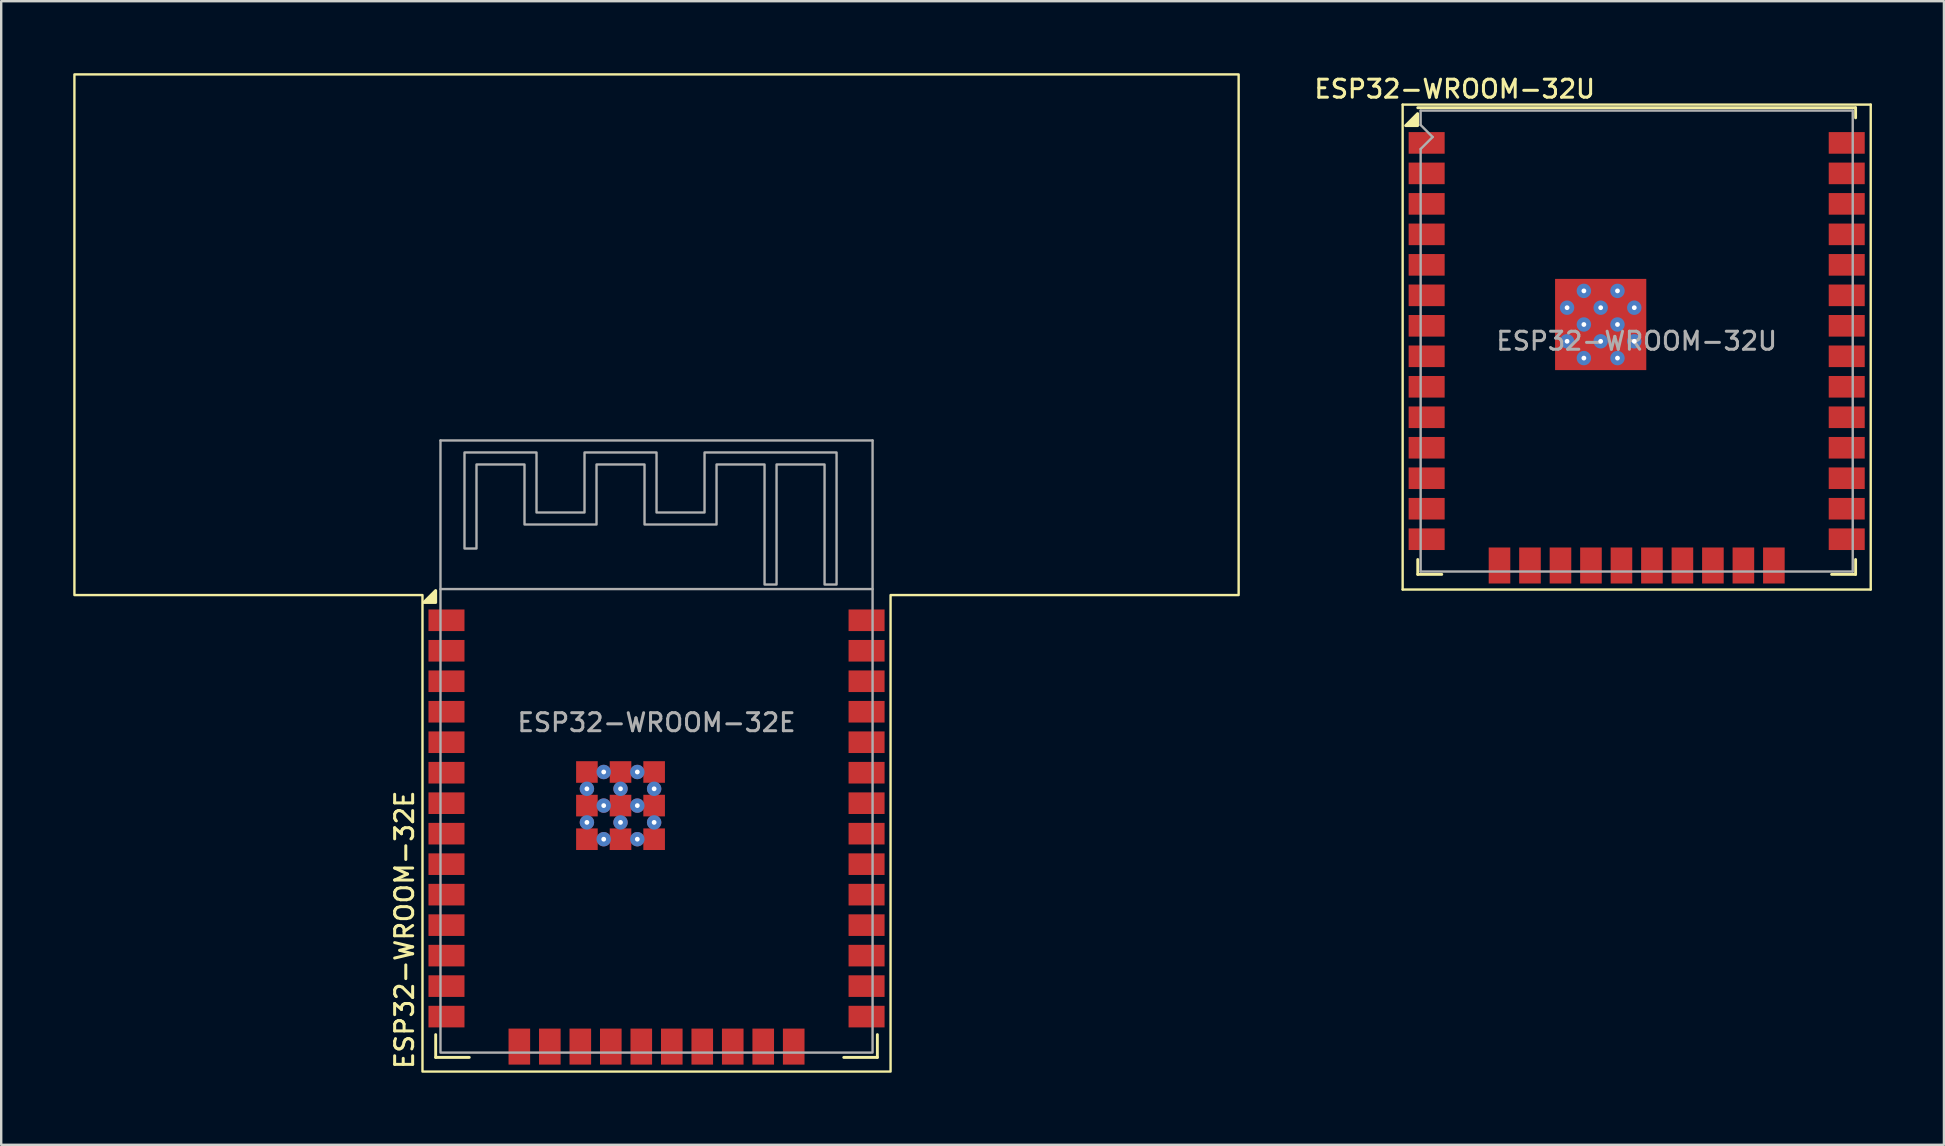
<source format=kicad_pcb>
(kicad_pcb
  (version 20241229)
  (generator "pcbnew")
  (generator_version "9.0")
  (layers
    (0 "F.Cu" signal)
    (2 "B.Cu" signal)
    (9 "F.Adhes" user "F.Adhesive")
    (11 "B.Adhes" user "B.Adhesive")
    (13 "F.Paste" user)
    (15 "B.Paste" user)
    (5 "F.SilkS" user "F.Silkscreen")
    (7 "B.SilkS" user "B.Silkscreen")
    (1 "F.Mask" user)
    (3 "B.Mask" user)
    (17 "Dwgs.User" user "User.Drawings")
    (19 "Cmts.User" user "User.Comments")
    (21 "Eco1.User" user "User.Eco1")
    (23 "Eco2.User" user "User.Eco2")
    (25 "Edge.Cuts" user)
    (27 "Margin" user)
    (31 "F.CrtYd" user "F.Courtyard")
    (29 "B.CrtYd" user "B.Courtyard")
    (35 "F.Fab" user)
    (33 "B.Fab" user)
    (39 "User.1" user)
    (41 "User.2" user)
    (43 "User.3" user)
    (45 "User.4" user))
  (footprint "ESP32-WROOM-32E"
    (layer "F.Cu")
    (at 24.3 28.05)
    (property "Reference" "ESP32-WROOM-32E" (at -10.5 13.5 90) (layer "F.SilkS") (effects (font (size 0.75 0.75) (thickness 0.125)) (justify left)))
    (attr smd)
    (fp_line (start -9.2 12.95) (end -9.2 12) (stroke (width 0.12) (type solid)) (layer "F.SilkS"))
    (fp_line (start -7.8 12.95) (end -9.2 12.95) (stroke (width 0.12) (type solid)) (layer "F.SilkS"))
    (fp_line (start 7.8 12.95) (end 9.2 12.95) (stroke (width 0.12) (type solid)) (layer "F.SilkS"))
    (fp_line (start 9.2 12.95) (end 9.2 12) (stroke (width 0.12) (type solid)) (layer "F.SilkS"))
    (fp_poly (pts (xy -9.2 -6) (xy -9.7 -6) (xy -9.2 -6.5) (xy -9.2 -6)) (stroke (width 0.12) (type solid)) (fill yes) (layer "F.SilkS"))
    (fp_poly (pts (xy -24.25 -28) (xy 24.25 -28) (xy 24.25 -6.31) (xy 9.75 -6.31) (xy 9.75 13.54) (xy -9.75 13.54) (xy -9.75 -6.31) (xy -24.25 -6.31)) (stroke (width 0.1) (type solid)) (fill no) (layer "F.SilkS"))
    (fp_line (start -9 -12.75) (end 9 -12.75) (stroke (width 0.1) (type solid)) (layer "F.Fab"))
    (fp_line (start -9 -6.56) (end -9 -12.75) (stroke (width 0.1) (type solid)) (layer "F.Fab"))
    (fp_line (start 9 -12.75) (end 9 -6.56) (stroke (width 0.1) (type solid)) (layer "F.Fab"))
    (fp_rect (start -9 -6.56) (end 9 12.75) (stroke (width 0.1) (type solid)) (fill no) (layer "F.Fab"))
    (fp_poly (pts (xy -5 -9.75) (xy -3 -9.75) (xy -3 -12.25) (xy 0 -12.25) (xy 0 -9.75) (xy 2 -9.75) (xy 2 -12.25) (xy 7.5 -12.25) (xy 7.5 -6.75) (xy 7 -6.75) (xy 7 -11.75) (xy 5 -11.75) (xy 5 -6.75) (xy 4.5 -6.75) (xy 4.5 -11.75) (xy 2.5 -11.75) (xy 2.5 -9.25) (xy -0.5 -9.25) (xy -0.5 -11.75) (xy -2.5 -11.75) (xy -2.5 -9.25) (xy -5.5 -9.25) (xy -5.5 -11.75) (xy -7.5 -11.75) (xy -7.5 -8.25) (xy -8 -8.25) (xy -8 -12.25) (xy -5 -12.25)) (stroke (width 0.1) (type solid)) (fill no) (layer "F.Fab"))
    (fp_text user "${REFERENCE}" (at 0 -1 0) (layer "F.Fab") (effects (font (size 0.75 0.75) (thickness 0.125))))
    (pad "1" smd rect (at -8.75 -5.26) (size 1.5 0.9) (layers "F.Cu" "F.Mask" "F.Paste"))
    (pad "2" smd rect (at -8.75 -3.99) (size 1.5 0.9) (layers "F.Cu" "F.Mask" "F.Paste"))
    (pad "3" smd rect (at -8.75 -2.72) (size 1.5 0.9) (layers "F.Cu" "F.Mask" "F.Paste"))
    (pad "4" smd rect (at -8.75 -1.45) (size 1.5 0.9) (layers "F.Cu" "F.Mask" "F.Paste"))
    (pad "5" smd rect (at -8.75 -0.18) (size 1.5 0.9) (layers "F.Cu" "F.Mask" "F.Paste"))
    (pad "6" smd rect (at -8.75 1.09) (size 1.5 0.9) (layers "F.Cu" "F.Mask" "F.Paste"))
    (pad "7" smd rect (at -8.75 2.36) (size 1.5 0.9) (layers "F.Cu" "F.Mask" "F.Paste"))
    (pad "8" smd rect (at -8.75 3.63) (size 1.5 0.9) (layers "F.Cu" "F.Mask" "F.Paste"))
    (pad "9" smd rect (at -8.75 4.9) (size 1.5 0.9) (layers "F.Cu" "F.Mask" "F.Paste"))
    (pad "10" smd rect (at -8.75 6.17) (size 1.5 0.9) (layers "F.Cu" "F.Mask" "F.Paste"))
    (pad "11" smd rect (at -8.75 7.44) (size 1.5 0.9) (layers "F.Cu" "F.Mask" "F.Paste"))
    (pad "12" smd rect (at -8.75 8.71) (size 1.5 0.9) (layers "F.Cu" "F.Mask" "F.Paste"))
    (pad "13" smd rect (at -8.75 9.98) (size 1.5 0.9) (layers "F.Cu" "F.Mask" "F.Paste"))
    (pad "14" smd rect (at -8.75 11.25) (size 1.5 0.9) (layers "F.Cu" "F.Mask" "F.Paste"))
    (pad "15" smd rect (at -5.715 12.5 90) (size 1.5 0.9) (layers "F.Cu" "F.Mask" "F.Paste"))
    (pad "16" smd rect (at -4.445 12.5 90) (size 1.5 0.9) (layers "F.Cu" "F.Mask" "F.Paste"))
    (pad "17" smd rect (at -3.175 12.5 90) (size 1.5 0.9) (layers "F.Cu" "F.Mask" "F.Paste"))
    (pad "18" smd rect (at -1.905 12.5 90) (size 1.5 0.9) (layers "F.Cu" "F.Mask" "F.Paste"))
    (pad "19" smd rect (at -0.635 12.5 90) (size 1.5 0.9) (layers "F.Cu" "F.Mask" "F.Paste"))
    (pad "20" smd rect (at 0.635 12.5 90) (size 1.5 0.9) (layers "F.Cu" "F.Mask" "F.Paste"))
    (pad "21" smd rect (at 1.905 12.5 90) (size 1.5 0.9) (layers "F.Cu" "F.Mask" "F.Paste"))
    (pad "22" smd rect (at 3.175 12.5 90) (size 1.5 0.9) (layers "F.Cu" "F.Mask" "F.Paste"))
    (pad "23" smd rect (at 4.445 12.5 90) (size 1.5 0.9) (layers "F.Cu" "F.Mask" "F.Paste"))
    (pad "24" smd rect (at 5.715 12.5 90) (size 1.5 0.9) (layers "F.Cu" "F.Mask" "F.Paste"))
    (pad "25" smd rect (at 8.75 11.25) (size 1.5 0.9) (layers "F.Cu" "F.Mask" "F.Paste"))
    (pad "26" smd rect (at 8.75 9.98) (size 1.5 0.9) (layers "F.Cu" "F.Mask" "F.Paste"))
    (pad "27" smd rect (at 8.75 8.71) (size 1.5 0.9) (layers "F.Cu" "F.Mask" "F.Paste"))
    (pad "28" smd rect (at 8.75 7.44) (size 1.5 0.9) (layers "F.Cu" "F.Mask" "F.Paste"))
    (pad "29" smd rect (at 8.75 6.17) (size 1.5 0.9) (layers "F.Cu" "F.Mask" "F.Paste"))
    (pad "30" smd rect (at 8.75 4.9) (size 1.5 0.9) (layers "F.Cu" "F.Mask" "F.Paste"))
    (pad "31" smd rect (at 8.75 3.63) (size 1.5 0.9) (layers "F.Cu" "F.Mask" "F.Paste"))
    (pad "32" smd rect (at 8.75 2.36) (size 1.5 0.9) (layers "F.Cu" "F.Mask" "F.Paste"))
    (pad "33" smd rect (at 8.75 1.09) (size 1.5 0.9) (layers "F.Cu" "F.Mask" "F.Paste"))
    (pad "34" smd rect (at 8.75 -0.18) (size 1.5 0.9) (layers "F.Cu" "F.Mask" "F.Paste"))
    (pad "35" smd rect (at 8.75 -1.45) (size 1.5 0.9) (layers "F.Cu" "F.Mask" "F.Paste"))
    (pad "36" smd rect (at 8.75 -2.72) (size 1.5 0.9) (layers "F.Cu" "F.Mask" "F.Paste"))
    (pad "37" smd rect (at 8.75 -3.99) (size 1.5 0.9) (layers "F.Cu" "F.Mask" "F.Paste"))
    (pad "38" smd rect (at 8.75 -5.26) (size 1.5 0.9) (layers "F.Cu" "F.Mask" "F.Paste"))
    (pad "39" smd rect (at -2.9 1.06) (size 0.9 0.9) (layers "F.Cu" "F.Mask" "F.Paste"))
    (pad "39" thru_hole circle (at -2.9 1.76) (size 0.6 0.6) (drill 0.2) (property pad_prop_heatsink) (layers "*.Cu" "*.Mask"))
    (pad "39" smd rect (at -2.9 2.46) (size 0.9 0.9) (layers "F.Cu" "F.Mask" "F.Paste"))
    (pad "39" thru_hole circle (at -2.9 3.16) (size 0.6 0.6) (drill 0.2) (property pad_prop_heatsink) (layers "*.Cu" "*.Mask"))
    (pad "39" smd rect (at -2.9 3.86) (size 0.9 0.9) (layers "F.Cu" "F.Mask" "F.Paste"))
    (pad "39" thru_hole circle (at -2.2 1.06) (size 0.6 0.6) (drill 0.2) (property pad_prop_heatsink) (layers "*.Cu" "*.Mask"))
    (pad "39" thru_hole circle (at -2.2 2.46) (size 0.6 0.6) (drill 0.2) (property pad_prop_heatsink) (layers "*.Cu" "*.Mask"))
    (pad "39" thru_hole circle (at -2.2 3.86) (size 0.6 0.6) (drill 0.2) (property pad_prop_heatsink) (layers "*.Cu" "*.Mask"))
    (pad "39" smd rect (at -1.5 1.06) (size 0.9 0.9) (layers "F.Cu" "F.Mask" "F.Paste"))
    (pad "39" thru_hole circle (at -1.5 1.76) (size 0.6 0.6) (drill 0.2) (property pad_prop_heatsink) (layers "*.Cu" "*.Mask"))
    (pad "39" smd rect (at -1.5 2.46) (size 0.9 0.9) (layers "F.Cu" "F.Mask" "F.Paste"))
    (pad "39" thru_hole circle (at -1.5 3.16) (size 0.6 0.6) (drill 0.2) (property pad_prop_heatsink) (layers "*.Cu" "*.Mask"))
    (pad "39" smd rect (at -1.5 3.86) (size 0.9 0.9) (layers "F.Cu" "F.Mask" "F.Paste"))
    (pad "39" thru_hole circle (at -0.8 1.06) (size 0.6 0.6) (drill 0.2) (property pad_prop_heatsink) (layers "*.Cu" "*.Mask"))
    (pad "39" thru_hole circle (at -0.8 2.46) (size 0.6 0.6) (drill 0.2) (property pad_prop_heatsink) (layers "*.Cu" "*.Mask"))
    (pad "39" thru_hole circle (at -0.8 3.86) (size 0.6 0.6) (drill 0.2) (property pad_prop_heatsink) (layers "*.Cu" "*.Mask"))
    (pad "39" smd rect (at -0.1 1.06) (size 0.9 0.9) (layers "F.Cu" "F.Mask" "F.Paste"))
    (pad "39" thru_hole circle (at -0.1 1.76) (size 0.6 0.6) (drill 0.2) (property pad_prop_heatsink) (layers "*.Cu" "*.Mask"))
    (pad "39" smd rect (at -0.1 2.46) (size 0.9 0.9) (layers "F.Cu" "F.Mask" "F.Paste"))
    (pad "39" thru_hole circle (at -0.1 3.16) (size 0.6 0.6) (drill 0.2) (property pad_prop_heatsink) (layers "*.Cu" "*.Mask"))
    (pad "39" smd rect (at -0.1 3.86) (size 0.9 0.9) (layers "F.Cu" "F.Mask" "F.Paste"))
    (zone (net_name "") (layer "F.Cu") (hatch full 0.5) (connect_pads) (min_thickness 0.25) (filled_areas_thickness no) (keepout (tracks not_allowed) (vias not_allowed) (pads not_allowed) (copperpour not_allowed) (footprints not_allowed)) (placement (enabled no)) (fill) (polygon (pts (xy 0.3 0.3) (xy 48.3 0.3) (xy 48.3 21.49) (xy 0.3 21.49)))))
  (footprint "ESP32-WROOM-32U"
    (layer "F.Cu")
    (at 65.132 11.158)
    (property "Reference" "ESP32-WROOM-32U" (at -7.58 -10.5 180) (layer "F.SilkS") (effects (font (size 0.75 0.75) (thickness 0.125))))
    (attr smd)
    (fp_line (start -9.75 10.35) (end -9.75 -9.85) (stroke (width 0.1) (type solid)) (layer "F.SilkS"))
    (fp_line (start -9.75 10.35) (end 9.75 10.35) (stroke (width 0.1) (type solid)) (layer "F.SilkS"))
    (fp_line (start -9.12 -9.72) (end 9.12 -9.72) (stroke (width 0.12) (type solid)) (layer "F.SilkS"))
    (fp_line (start -9.12 9.1) (end -9.12 9.72) (stroke (width 0.12) (type solid)) (layer "F.SilkS"))
    (fp_line (start -9.12 9.72) (end -8.12 9.72) (stroke (width 0.12) (type solid)) (layer "F.SilkS"))
    (fp_line (start 9.12 -9.72) (end 9.12 -9.3) (stroke (width 0.12) (type solid)) (layer "F.SilkS"))
    (fp_line (start 9.12 9.1) (end 9.12 9.72) (stroke (width 0.12) (type solid)) (layer "F.SilkS"))
    (fp_line (start 9.12 9.72) (end 8.12 9.72) (stroke (width 0.12) (type solid)) (layer "F.SilkS"))
    (fp_line (start 9.75 -9.85) (end -9.75 -9.85) (stroke (width 0.1) (type solid)) (layer "F.SilkS"))
    (fp_line (start 9.75 -9.85) (end 9.75 10.35) (stroke (width 0.1) (type solid)) (layer "F.SilkS"))
    (fp_poly (pts (xy -9.125 -8.975) (xy -9.625 -8.975) (xy -9.125 -9.475) (xy -9.125 -8.975)) (stroke (width 0.12) (type solid)) (fill yes) (layer "F.SilkS"))
    (fp_line (start -9 -9.6) (end -9 -9) (stroke (width 0.1) (type solid)) (layer "F.Fab"))
    (fp_line (start -9 -9.6) (end 9 -9.6) (stroke (width 0.1) (type solid)) (layer "F.Fab"))
    (fp_line (start -9 -8) (end -9 9.6) (stroke (width 0.1) (type solid)) (layer "F.Fab"))
    (fp_line (start -9 -8) (end -8.5 -8.5) (stroke (width 0.1) (type solid)) (layer "F.Fab"))
    (fp_line (start -9 9.6) (end 9 9.6) (stroke (width 0.1) (type solid)) (layer "F.Fab"))
    (fp_line (start -8.5 -8.5) (end -9 -9) (stroke (width 0.1) (type solid)) (layer "F.Fab"))
    (fp_line (start 9 9.6) (end 9 -9.6) (stroke (width 0.1) (type solid)) (layer "F.Fab"))
    (fp_text user "${REFERENCE}" (at 0 0 0) (layer "F.Fab") (effects (font (size 0.75 0.75) (thickness 0.125))))
    (pad "1" smd rect (at -8.75 -8.255) (size 1.5 0.9) (layers "F.Cu" "F.Mask" "F.Paste"))
    (pad "2" smd rect (at -8.75 -6.985) (size 1.5 0.9) (layers "F.Cu" "F.Mask" "F.Paste"))
    (pad "3" smd rect (at -8.75 -5.715) (size 1.5 0.9) (layers "F.Cu" "F.Mask" "F.Paste"))
    (pad "4" smd rect (at -8.75 -4.445) (size 1.5 0.9) (layers "F.Cu" "F.Mask" "F.Paste"))
    (pad "5" smd rect (at -8.75 -3.175) (size 1.5 0.9) (layers "F.Cu" "F.Mask" "F.Paste"))
    (pad "6" smd rect (at -8.75 -1.905) (size 1.5 0.9) (layers "F.Cu" "F.Mask" "F.Paste"))
    (pad "7" smd rect (at -8.75 -0.635) (size 1.5 0.9) (layers "F.Cu" "F.Mask" "F.Paste"))
    (pad "8" smd rect (at -8.75 0.635) (size 1.5 0.9) (layers "F.Cu" "F.Mask" "F.Paste"))
    (pad "9" smd rect (at -8.75 1.905) (size 1.5 0.9) (layers "F.Cu" "F.Mask" "F.Paste"))
    (pad "10" smd rect (at -8.75 3.175) (size 1.5 0.9) (layers "F.Cu" "F.Mask" "F.Paste"))
    (pad "11" smd rect (at -8.75 4.445) (size 1.5 0.9) (layers "F.Cu" "F.Mask" "F.Paste"))
    (pad "12" smd rect (at -8.75 5.715) (size 1.5 0.9) (layers "F.Cu" "F.Mask" "F.Paste"))
    (pad "13" smd rect (at -8.75 6.985) (size 1.5 0.9) (layers "F.Cu" "F.Mask" "F.Paste"))
    (pad "14" smd rect (at -8.75 8.255) (size 1.5 0.9) (layers "F.Cu" "F.Mask" "F.Paste"))
    (pad "15" smd rect (at -5.715 9.35 90) (size 1.5 0.9) (layers "F.Cu" "F.Mask" "F.Paste"))
    (pad "16" smd rect (at -4.445 9.35 90) (size 1.5 0.9) (layers "F.Cu" "F.Mask" "F.Paste"))
    (pad "17" smd rect (at -3.175 9.35 90) (size 1.5 0.9) (layers "F.Cu" "F.Mask" "F.Paste"))
    (pad "18" smd rect (at -1.905 9.35 90) (size 1.5 0.9) (layers "F.Cu" "F.Mask" "F.Paste"))
    (pad "19" smd rect (at -0.635 9.35 90) (size 1.5 0.9) (layers "F.Cu" "F.Mask" "F.Paste"))
    (pad "20" smd rect (at 0.635 9.35 90) (size 1.5 0.9) (layers "F.Cu" "F.Mask" "F.Paste"))
    (pad "21" smd rect (at 1.905 9.35 90) (size 1.5 0.9) (layers "F.Cu" "F.Mask" "F.Paste"))
    (pad "22" smd rect (at 3.175 9.35 90) (size 1.5 0.9) (layers "F.Cu" "F.Mask" "F.Paste"))
    (pad "23" smd rect (at 4.445 9.35 90) (size 1.5 0.9) (layers "F.Cu" "F.Mask" "F.Paste"))
    (pad "24" smd rect (at 5.715 9.35 90) (size 1.5 0.9) (layers "F.Cu" "F.Mask" "F.Paste"))
    (pad "25" smd rect (at 8.75 8.255) (size 1.5 0.9) (layers "F.Cu" "F.Mask" "F.Paste"))
    (pad "26" smd rect (at 8.75 6.985) (size 1.5 0.9) (layers "F.Cu" "F.Mask" "F.Paste"))
    (pad "27" smd rect (at 8.75 5.715) (size 1.5 0.9) (layers "F.Cu" "F.Mask" "F.Paste"))
    (pad "28" smd rect (at 8.75 4.445) (size 1.5 0.9) (layers "F.Cu" "F.Mask" "F.Paste"))
    (pad "29" smd rect (at 8.75 3.175) (size 1.5 0.9) (layers "F.Cu" "F.Mask" "F.Paste"))
    (pad "30" smd rect (at 8.75 1.905) (size 1.5 0.9) (layers "F.Cu" "F.Mask" "F.Paste"))
    (pad "31" smd rect (at 8.75 0.635) (size 1.5 0.9) (layers "F.Cu" "F.Mask" "F.Paste"))
    (pad "32" smd rect (at 8.75 -0.635) (size 1.5 0.9) (layers "F.Cu" "F.Mask" "F.Paste"))
    (pad "33" smd rect (at 8.75 -1.905) (size 1.5 0.9) (layers "F.Cu" "F.Mask" "F.Paste"))
    (pad "34" smd rect (at 8.75 -3.175) (size 1.5 0.9) (layers "F.Cu" "F.Mask" "F.Paste"))
    (pad "35" smd rect (at 8.75 -4.445) (size 1.5 0.9) (layers "F.Cu" "F.Mask" "F.Paste"))
    (pad "36" smd rect (at 8.75 -5.715) (size 1.5 0.9) (layers "F.Cu" "F.Mask" "F.Paste"))
    (pad "37" smd rect (at 8.75 -6.985) (size 1.5 0.9) (layers "F.Cu" "F.Mask" "F.Paste"))
    (pad "38" smd rect (at 8.75 -8.255) (size 1.5 0.9) (layers "F.Cu" "F.Mask" "F.Paste"))
    (pad "39" smd rect (at -2.9 -2.09) (size 0.9 0.9) (layers "F.Cu" "F.Paste"))
    (pad "39" thru_hole circle (at -2.9 -1.39) (size 0.6 0.6) (drill 0.2) (property pad_prop_heatsink) (layers "*.Cu" "F.Mask"))
    (pad "39" smd rect (at -2.9 -0.69) (size 0.9 0.9) (layers "F.Cu" "F.Paste"))
    (pad "39" thru_hole circle (at -2.9 0.01) (size 0.6 0.6) (drill 0.2) (property pad_prop_heatsink) (layers "*.Cu" "F.Mask"))
    (pad "39" smd rect (at -2.9 0.71) (size 0.9 0.9) (layers "F.Cu" "F.Paste"))
    (pad "39" thru_hole circle (at -2.2 -2.09) (size 0.6 0.6) (drill 0.2) (property pad_prop_heatsink) (layers "*.Cu" "F.Mask"))
    (pad "39" thru_hole circle (at -2.2 -0.69) (size 0.6 0.6) (drill 0.2) (property pad_prop_heatsink) (layers "*.Cu" "F.Mask"))
    (pad "39" thru_hole circle (at -2.2 0.71) (size 0.6 0.6) (drill 0.2) (property pad_prop_heatsink) (layers "*.Cu" "F.Mask"))
    (pad "39" smd rect (at -1.5 -2.09) (size 0.9 0.9) (layers "F.Cu" "F.Paste"))
    (pad "39" thru_hole circle (at -1.5 -1.39) (size 0.6 0.6) (drill 0.2) (property pad_prop_heatsink) (layers "*.Cu" "F.Mask"))
    (pad "39" smd rect (at -1.5 -0.69) (size 0.9 0.9) (layers "F.Cu" "F.Paste"))
    (pad "39" smd rect (at -1.5 -0.69) (size 3.8 3.8) (layers "F.Cu" "F.Mask"))
    (pad "39" thru_hole circle (at -1.5 0.01) (size 0.6 0.6) (drill 0.2) (property pad_prop_heatsink) (layers "*.Cu" "F.Mask"))
    (pad "39" smd rect (at -1.5 0.71) (size 0.9 0.9) (layers "F.Cu" "F.Paste"))
    (pad "39" thru_hole circle (at -0.8 -2.09) (size 0.6 0.6) (drill 0.2) (property pad_prop_heatsink) (layers "*.Cu" "F.Mask"))
    (pad "39" thru_hole circle (at -0.8 -0.69) (size 0.6 0.6) (drill 0.2) (property pad_prop_heatsink) (layers "*.Cu" "F.Mask"))
    (pad "39" thru_hole circle (at -0.8 0.71) (size 0.6 0.6) (drill 0.2) (property pad_prop_heatsink) (layers "*.Cu" "F.Mask"))
    (pad "39" smd rect (at -0.1 -2.09) (size 0.9 0.9) (layers "F.Cu" "F.Paste"))
    (pad "39" thru_hole circle (at -0.1 -1.39) (size 0.6 0.6) (drill 0.2) (property pad_prop_heatsink) (layers "*.Cu" "F.Mask"))
    (pad "39" smd rect (at -0.1 -0.69) (size 0.9 0.9) (layers "F.Cu" "F.Paste"))
    (pad "39" thru_hole circle (at -0.1 0.01) (size 0.6 0.6) (drill 0.2) (property pad_prop_heatsink) (layers "*.Cu" "F.Mask"))
    (pad "39" smd rect (at -0.1 0.71) (size 0.9 0.9) (layers "F.Cu" "F.Paste")))
  (gr_rect
    (start -3 -3)
    (end 77.932 44.64)
    (stroke (width 0.1) (type default))
    (fill no)
    (layer "Edge.Cuts")))
</source>
